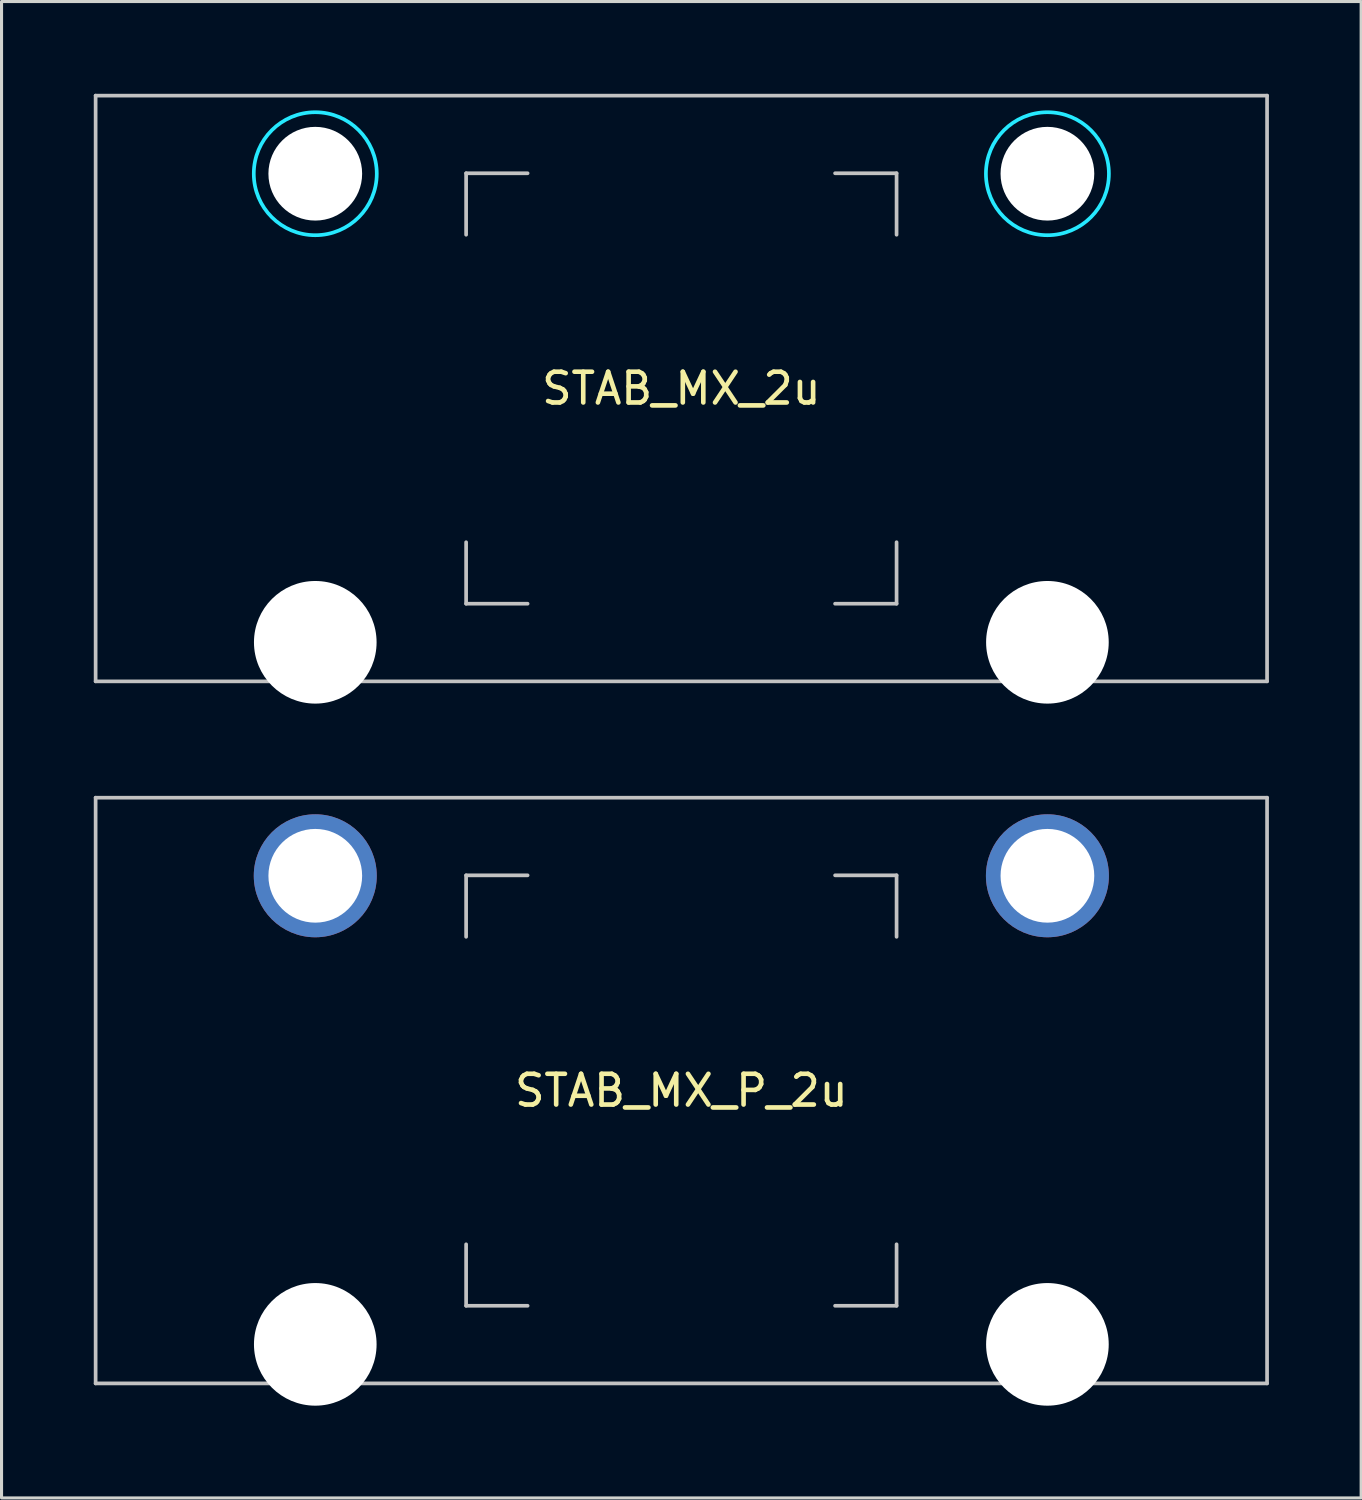
<source format=kicad_pcb>
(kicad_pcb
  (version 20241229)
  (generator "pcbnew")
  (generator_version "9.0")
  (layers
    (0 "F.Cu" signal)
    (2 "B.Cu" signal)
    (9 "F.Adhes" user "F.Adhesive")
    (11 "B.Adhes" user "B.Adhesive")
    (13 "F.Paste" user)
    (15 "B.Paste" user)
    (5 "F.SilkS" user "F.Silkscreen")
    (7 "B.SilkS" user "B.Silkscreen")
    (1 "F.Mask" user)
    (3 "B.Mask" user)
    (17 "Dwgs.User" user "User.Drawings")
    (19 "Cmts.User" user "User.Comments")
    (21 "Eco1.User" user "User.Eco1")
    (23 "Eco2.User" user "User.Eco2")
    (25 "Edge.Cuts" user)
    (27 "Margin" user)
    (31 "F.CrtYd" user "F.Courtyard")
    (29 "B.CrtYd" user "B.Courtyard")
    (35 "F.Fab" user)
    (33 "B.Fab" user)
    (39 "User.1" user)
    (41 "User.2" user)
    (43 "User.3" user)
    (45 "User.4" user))
  (footprint "STAB_MX_2u"
    (layer "F.Cu")
    (at 19.11 9.585)
    (property "Reference" "STAB_MX_2u" (at 0 0 0) (layer "F.SilkS") (effects (font (size 1 1) (thickness 0.15))))
    (attr through_hole exclude_from_pos_files exclude_from_bom)
    (fp_line (start -19.05 -9.525) (end -19.05 9.525) (stroke (width 0.12) (type solid)) (layer "Dwgs.User"))
    (fp_line (start -19.05 -9.525) (end 19.05 -9.525) (stroke (width 0.12) (type solid)) (layer "Dwgs.User"))
    (fp_line (start -19.05 9.525) (end 19.05 9.525) (stroke (width 0.12) (type solid)) (layer "Dwgs.User"))
    (fp_line (start -7 -7) (end -5 -7) (stroke (width 0.12) (type solid)) (layer "Dwgs.User"))
    (fp_line (start -7 -5) (end -7 -7) (stroke (width 0.12) (type solid)) (layer "Dwgs.User"))
    (fp_line (start -7 7) (end -7 5) (stroke (width 0.12) (type solid)) (layer "Dwgs.User"))
    (fp_line (start -5 7) (end -7 7) (stroke (width 0.12) (type solid)) (layer "Dwgs.User"))
    (fp_line (start 5 -7) (end 7 -7) (stroke (width 0.12) (type solid)) (layer "Dwgs.User"))
    (fp_line (start 5 7) (end 7 7) (stroke (width 0.12) (type solid)) (layer "Dwgs.User"))
    (fp_line (start 7 -7) (end 7 -5) (stroke (width 0.12) (type solid)) (layer "Dwgs.User"))
    (fp_line (start 7 7) (end 7 5) (stroke (width 0.12) (type solid)) (layer "Dwgs.User"))
    (fp_line (start 19.05 -9.525) (end 19.05 9.525) (stroke (width 0.12) (type solid)) (layer "Dwgs.User"))
    (fp_line (start -15.281 -5.5) (end -15.281 7.5) (stroke (width 0.05) (type solid)) (layer "Eco2.User"))
    (fp_line (start -14.781 -6) (end -9.031 -6) (stroke (width 0.05) (type solid)) (layer "Eco2.User"))
    (fp_line (start -14.781 8) (end -9.031 8) (stroke (width 0.05) (type solid)) (layer "Eco2.User"))
    (fp_line (start -8.531 -5.5) (end -8.531 7.5) (stroke (width 0.05) (type solid)) (layer "Eco2.User"))
    (fp_line (start 8.531 -5.5) (end 8.531 7.5) (stroke (width 0.05) (type solid)) (layer "Eco2.User"))
    (fp_line (start 9.031 -6) (end 14.78 -6) (stroke (width 0.05) (type solid)) (layer "Eco2.User"))
    (fp_line (start 9.031 8) (end 14.781 8) (stroke (width 0.05) (type solid)) (layer "Eco2.User"))
    (fp_line (start 15.28 -5.5) (end 15.281 7.5) (stroke (width 0.05) (type solid)) (layer "Eco2.User"))
    (fp_arc (start -15.28125 -5.499999) (mid -15.134803 -5.853552) (end -14.78125 -5.999999) (stroke (width 0.05) (type solid)) (layer "Eco2.User"))
    (fp_arc (start -14.78125 8.000001) (mid -15.134803 7.853554) (end -15.28125 7.500001) (stroke (width 0.05) (type solid)) (layer "Eco2.User"))
    (fp_arc (start -9.03125 -5.999999) (mid -8.677697 -5.853552) (end -8.53125 -5.499999) (stroke (width 0.05) (type solid)) (layer "Eco2.User"))
    (fp_arc (start -8.53125 7.500001) (mid -8.677697 7.853554) (end -9.03125 8.000001) (stroke (width 0.05) (type solid)) (layer "Eco2.User"))
    (fp_arc (start 8.53125 -5.499999) (mid 8.677697 -5.853552) (end 9.03125 -5.999999) (stroke (width 0.05) (type solid)) (layer "Eco2.User"))
    (fp_arc (start 9.03125 8.000001) (mid 8.677697 7.853554) (end 8.53125 7.500001) (stroke (width 0.05) (type solid)) (layer "Eco2.User"))
    (fp_arc (start 14.780039 -5.999999) (mid 15.133592 -5.853552) (end 15.280039 -5.499999) (stroke (width 0.05) (type solid)) (layer "Eco2.User"))
    (fp_arc (start 15.28125 7.500001) (mid 15.134803 7.853554) (end 14.78125 8.000001) (stroke (width 0.05) (type solid)) (layer "Eco2.User"))
    (fp_circle (center -11.906 -6.985) (end -9.906 -6.985) (stroke (width 0.12) (type solid)) (fill no) (layer "B.CrtYd"))
    (fp_circle (center 11.906 -6.985) (end 13.906 -6.985) (stroke (width 0.12) (type solid)) (fill no) (layer "B.CrtYd"))
    (pad "" np_thru_hole circle (at -11.906 -6.985) (size 3.048 3.048) (drill 3.048) (layers "*.Cu" "*.Mask"))
    (pad "" np_thru_hole circle (at -11.906 8.255) (size 3.988 3.988) (drill 3.988) (layers "*.Cu" "*.Mask"))
    (pad "" np_thru_hole circle (at 11.906 -6.985) (size 3.048 3.048) (drill 3.048) (layers "*.Cu" "*.Mask"))
    (pad "" np_thru_hole circle (at 11.906 8.255) (size 3.988 3.988) (drill 3.988) (layers "*.Cu" "*.Mask")))
  (footprint "STAB_MX_P_2u"
    (layer "F.Cu")
    (at 19.11 32.419)
    (property "Reference" "STAB_MX_P_2u" (at 0 0 0) (layer "F.SilkS") (effects (font (size 1 1) (thickness 0.15))))
    (attr through_hole exclude_from_pos_files exclude_from_bom)
    (fp_line (start -19.05 -9.525) (end -19.05 9.525) (stroke (width 0.12) (type solid)) (layer "Dwgs.User"))
    (fp_line (start -19.05 -9.525) (end 19.05 -9.525) (stroke (width 0.12) (type solid)) (layer "Dwgs.User"))
    (fp_line (start -19.05 9.525) (end 19.05 9.525) (stroke (width 0.12) (type solid)) (layer "Dwgs.User"))
    (fp_line (start -7 -7) (end -5 -7) (stroke (width 0.12) (type solid)) (layer "Dwgs.User"))
    (fp_line (start -7 -5) (end -7 -7) (stroke (width 0.12) (type solid)) (layer "Dwgs.User"))
    (fp_line (start -7 7) (end -7 5) (stroke (width 0.12) (type solid)) (layer "Dwgs.User"))
    (fp_line (start -5 7) (end -7 7) (stroke (width 0.12) (type solid)) (layer "Dwgs.User"))
    (fp_line (start 5 -7) (end 7 -7) (stroke (width 0.12) (type solid)) (layer "Dwgs.User"))
    (fp_line (start 5 7) (end 7 7) (stroke (width 0.12) (type solid)) (layer "Dwgs.User"))
    (fp_line (start 7 -7) (end 7 -5) (stroke (width 0.12) (type solid)) (layer "Dwgs.User"))
    (fp_line (start 7 7) (end 7 5) (stroke (width 0.12) (type solid)) (layer "Dwgs.User"))
    (fp_line (start 19.05 -9.525) (end 19.05 9.525) (stroke (width 0.12) (type solid)) (layer "Dwgs.User"))
    (fp_line (start -15.281 -5.5) (end -15.281 7.5) (stroke (width 0.05) (type solid)) (layer "Eco2.User"))
    (fp_line (start -14.781 -6) (end -9.031 -6) (stroke (width 0.05) (type solid)) (layer "Eco2.User"))
    (fp_line (start -14.781 8) (end -9.031 8) (stroke (width 0.05) (type solid)) (layer "Eco2.User"))
    (fp_line (start -8.531 -5.5) (end -8.531 7.5) (stroke (width 0.05) (type solid)) (layer "Eco2.User"))
    (fp_line (start 8.531 -5.5) (end 8.531 7.5) (stroke (width 0.05) (type solid)) (layer "Eco2.User"))
    (fp_line (start 9.031 -6) (end 14.78 -6) (stroke (width 0.05) (type solid)) (layer "Eco2.User"))
    (fp_line (start 9.031 8) (end 14.781 8) (stroke (width 0.05) (type solid)) (layer "Eco2.User"))
    (fp_line (start 15.28 -5.5) (end 15.281 7.5) (stroke (width 0.05) (type solid)) (layer "Eco2.User"))
    (fp_arc (start -15.28125 -5.499999) (mid -15.134803 -5.853552) (end -14.78125 -5.999999) (stroke (width 0.05) (type solid)) (layer "Eco2.User"))
    (fp_arc (start -14.78125 8.000001) (mid -15.134803 7.853554) (end -15.28125 7.500001) (stroke (width 0.05) (type solid)) (layer "Eco2.User"))
    (fp_arc (start -9.03125 -5.999999) (mid -8.677697 -5.853552) (end -8.53125 -5.499999) (stroke (width 0.05) (type solid)) (layer "Eco2.User"))
    (fp_arc (start -8.53125 7.500001) (mid -8.677697 7.853554) (end -9.03125 8.000001) (stroke (width 0.05) (type solid)) (layer "Eco2.User"))
    (fp_arc (start 8.53125 -5.499999) (mid 8.677697 -5.853552) (end 9.03125 -5.999999) (stroke (width 0.05) (type solid)) (layer "Eco2.User"))
    (fp_arc (start 9.03125 8.000001) (mid 8.677697 7.853554) (end 8.53125 7.500001) (stroke (width 0.05) (type solid)) (layer "Eco2.User"))
    (fp_arc (start 14.780039 -5.999999) (mid 15.133592 -5.853552) (end 15.280039 -5.499999) (stroke (width 0.05) (type solid)) (layer "Eco2.User"))
    (fp_arc (start 15.28125 7.500001) (mid 15.134803 7.853554) (end 14.78125 8.000001) (stroke (width 0.05) (type solid)) (layer "Eco2.User"))
    (pad "" thru_hole circle (at -11.906 -6.985) (size 4 4) (drill 3.048) (layers "*.Cu" "*.Mask"))
    (pad "" np_thru_hole circle (at -11.906 8.255) (size 3.988 3.988) (drill 3.988) (layers "*.Cu" "*.Mask"))
    (pad "" thru_hole circle (at 11.906 -6.985) (size 4 4) (drill 3.048) (layers "*.Cu" "*.Mask"))
    (pad "" np_thru_hole circle (at 11.906 8.255) (size 3.988 3.988) (drill 3.988) (layers "*.Cu" "*.Mask")))
  (gr_rect
    (start -3 -3)
    (end 41.22 45.668)
    (stroke (width 0.1) (type default))
    (fill no)
    (layer "Edge.Cuts")))
</source>
